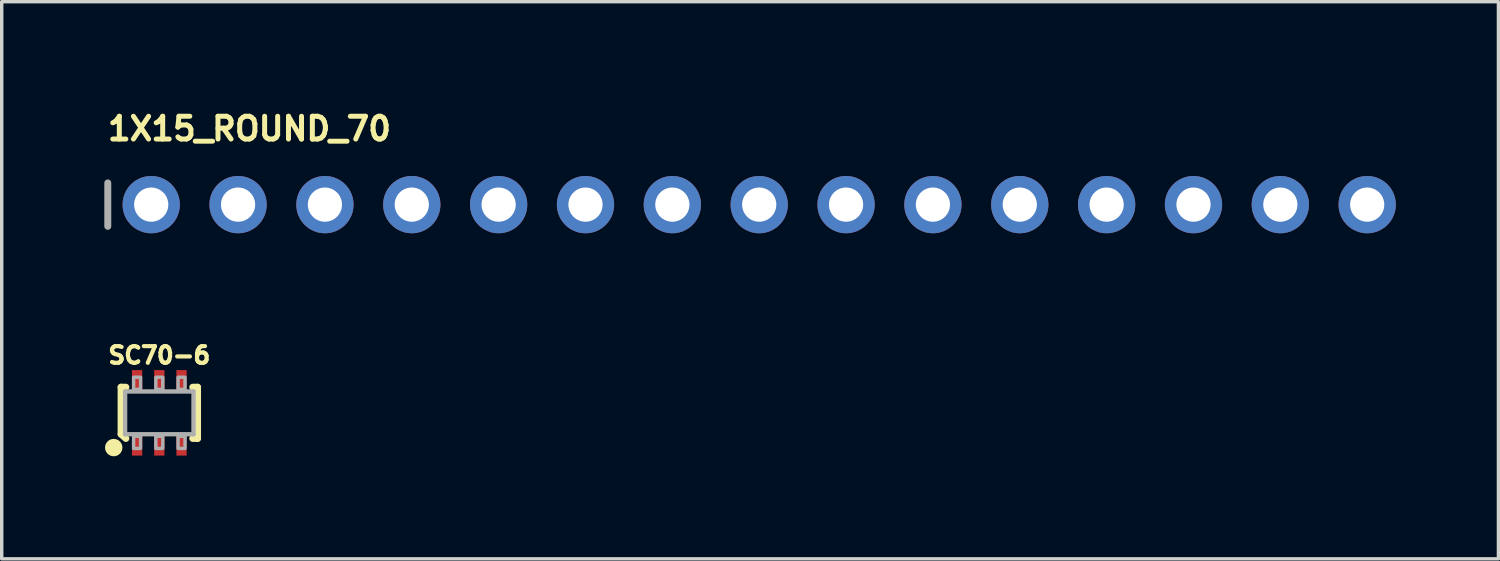
<source format=kicad_pcb>
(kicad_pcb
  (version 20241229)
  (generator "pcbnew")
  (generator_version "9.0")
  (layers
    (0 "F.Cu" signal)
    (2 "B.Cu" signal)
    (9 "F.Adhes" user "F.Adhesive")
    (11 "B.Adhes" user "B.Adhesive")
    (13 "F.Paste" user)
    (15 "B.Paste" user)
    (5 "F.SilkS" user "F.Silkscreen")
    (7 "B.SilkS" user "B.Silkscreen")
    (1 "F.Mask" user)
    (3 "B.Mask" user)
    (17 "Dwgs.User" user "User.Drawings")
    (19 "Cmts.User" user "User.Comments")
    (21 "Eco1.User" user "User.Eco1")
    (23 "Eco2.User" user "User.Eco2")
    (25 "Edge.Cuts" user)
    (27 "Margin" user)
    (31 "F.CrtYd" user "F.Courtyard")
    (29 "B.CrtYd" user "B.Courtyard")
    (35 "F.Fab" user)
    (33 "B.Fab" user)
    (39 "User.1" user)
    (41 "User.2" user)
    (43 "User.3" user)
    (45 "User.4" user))
  (footprint "1X15_ROUND_70"
    (layer "F.Cu")
    (at 19.152 2.934)
    (property "Reference" "1X15_ROUND_70" (at -19.126 -1.829 0) (layer "F.SilkS") (effects (font (size 0.666 0.666) (thickness 0.146)) (justify left bottom)))
    (fp_line (start -19.05 -0.635) (end -19.05 0.635) (stroke (width 0.203) (type solid)) (layer "F.Fab"))
    (fp_poly (pts (xy -18.034 0.254) (xy -17.526 0.254) (xy -17.526 -0.254) (xy -18.034 -0.254)) (stroke (width 0.1) (type solid)) (fill no) (layer "F.Fab"))
    (fp_poly (pts (xy -15.494 0.254) (xy -14.986 0.254) (xy -14.986 -0.254) (xy -15.494 -0.254)) (stroke (width 0.1) (type solid)) (fill no) (layer "F.Fab"))
    (fp_poly (pts (xy -12.954 0.254) (xy -12.446 0.254) (xy -12.446 -0.254) (xy -12.954 -0.254)) (stroke (width 0.1) (type solid)) (fill no) (layer "F.Fab"))
    (fp_poly (pts (xy -10.414 0.254) (xy -9.906 0.254) (xy -9.906 -0.254) (xy -10.414 -0.254)) (stroke (width 0.1) (type solid)) (fill no) (layer "F.Fab"))
    (fp_poly (pts (xy -7.874 0.254) (xy -7.366 0.254) (xy -7.366 -0.254) (xy -7.874 -0.254)) (stroke (width 0.1) (type solid)) (fill no) (layer "F.Fab"))
    (fp_poly (pts (xy -5.334 0.254) (xy -4.826 0.254) (xy -4.826 -0.254) (xy -5.334 -0.254)) (stroke (width 0.1) (type solid)) (fill no) (layer "F.Fab"))
    (fp_poly (pts (xy -2.794 0.254) (xy -2.286 0.254) (xy -2.286 -0.254) (xy -2.794 -0.254)) (stroke (width 0.1) (type solid)) (fill no) (layer "F.Fab"))
    (fp_poly (pts (xy -0.254 0.254) (xy 0.254 0.254) (xy 0.254 -0.254) (xy -0.254 -0.254)) (stroke (width 0.1) (type solid)) (fill no) (layer "F.Fab"))
    (fp_poly (pts (xy 2.286 0.254) (xy 2.794 0.254) (xy 2.794 -0.254) (xy 2.286 -0.254)) (stroke (width 0.1) (type solid)) (fill no) (layer "F.Fab"))
    (fp_poly (pts (xy 4.826 0.254) (xy 5.334 0.254) (xy 5.334 -0.254) (xy 4.826 -0.254)) (stroke (width 0.1) (type solid)) (fill no) (layer "F.Fab"))
    (fp_poly (pts (xy 7.366 0.254) (xy 7.874 0.254) (xy 7.874 -0.254) (xy 7.366 -0.254)) (stroke (width 0.1) (type solid)) (fill no) (layer "F.Fab"))
    (fp_poly (pts (xy 9.906 0.254) (xy 10.414 0.254) (xy 10.414 -0.254) (xy 9.906 -0.254)) (stroke (width 0.1) (type solid)) (fill no) (layer "F.Fab"))
    (fp_poly (pts (xy 12.446 0.254) (xy 12.954 0.254) (xy 12.954 -0.254) (xy 12.446 -0.254)) (stroke (width 0.1) (type solid)) (fill no) (layer "F.Fab"))
    (fp_poly (pts (xy 14.986 0.254) (xy 15.494 0.254) (xy 15.494 -0.254) (xy 14.986 -0.254)) (stroke (width 0.1) (type solid)) (fill no) (layer "F.Fab"))
    (fp_poly (pts (xy 17.526 0.254) (xy 18.034 0.254) (xy 18.034 -0.254) (xy 17.526 -0.254)) (stroke (width 0.1) (type solid)) (fill no) (layer "F.Fab"))
    (pad "1" thru_hole circle (at -17.78 0 90) (size 1.676 1.676) (drill 1) (layers "*.Cu" "*.Mask"))
    (pad "2" thru_hole circle (at -15.24 0 90) (size 1.676 1.676) (drill 1) (layers "*.Cu" "*.Mask"))
    (pad "3" thru_hole circle (at -12.7 0 90) (size 1.676 1.676) (drill 1) (layers "*.Cu" "*.Mask"))
    (pad "4" thru_hole circle (at -10.16 0 90) (size 1.676 1.676) (drill 1) (layers "*.Cu" "*.Mask"))
    (pad "5" thru_hole circle (at -7.62 0 90) (size 1.676 1.676) (drill 1) (layers "*.Cu" "*.Mask"))
    (pad "6" thru_hole circle (at -5.08 0 90) (size 1.676 1.676) (drill 1) (layers "*.Cu" "*.Mask"))
    (pad "7" thru_hole circle (at -2.54 0 90) (size 1.676 1.676) (drill 1) (layers "*.Cu" "*.Mask"))
    (pad "8" thru_hole circle (at 0 0 90) (size 1.676 1.676) (drill 1) (layers "*.Cu" "*.Mask"))
    (pad "9" thru_hole circle (at 2.54 0 90) (size 1.676 1.676) (drill 1) (layers "*.Cu" "*.Mask"))
    (pad "10" thru_hole circle (at 5.08 0 90) (size 1.676 1.676) (drill 1) (layers "*.Cu" "*.Mask"))
    (pad "11" thru_hole circle (at 7.62 0 90) (size 1.676 1.676) (drill 1) (layers "*.Cu" "*.Mask"))
    (pad "12" thru_hole circle (at 10.16 0 90) (size 1.676 1.676) (drill 1) (layers "*.Cu" "*.Mask"))
    (pad "13" thru_hole circle (at 12.7 0 90) (size 1.676 1.676) (drill 1) (layers "*.Cu" "*.Mask"))
    (pad "14" thru_hole circle (at 15.24 0 90) (size 1.676 1.676) (drill 1) (layers "*.Cu" "*.Mask"))
    (pad "15" thru_hole circle (at 17.78 0 90) (size 1.676 1.676) (drill 1) (layers "*.Cu" "*.Mask")))
  (footprint "SC70-6"
    (layer "F.Cu")
    (at 1.609 9.023)
    (property "Reference" "SC70-6" (at 0 -1.397 0) (layer "F.SilkS") (effects (font (size 0.488 0.488) (thickness 0.122)) (justify bottom)))
    (fp_line (start -1.118 -0.749) (end -1.118 0.622) (stroke (width 0.203) (type solid)) (layer "F.SilkS"))
    (fp_line (start -1.118 0.622) (end -0.978 0.749) (stroke (width 0.203) (type solid)) (layer "F.SilkS"))
    (fp_line (start -0.978 -0.749) (end -1.118 -0.749) (stroke (width 0.203) (type solid)) (layer "F.SilkS"))
    (fp_line (start 0.978 0.749) (end 1.118 0.749) (stroke (width 0.203) (type solid)) (layer "F.SilkS"))
    (fp_line (start 1.118 -0.749) (end 0.978 -0.749) (stroke (width 0.203) (type solid)) (layer "F.SilkS"))
    (fp_line (start 1.118 0.749) (end 1.118 -0.749) (stroke (width 0.203) (type solid)) (layer "F.SilkS"))
    (fp_circle (center -1.333 1.016) (end -1.206 1.016) (stroke (width 0.254) (type solid)) (fill yes) (layer "F.SilkS"))
    (fp_line (start -1 -0.625) (end -1 0.625) (stroke (width 0.127) (type solid)) (layer "F.Fab"))
    (fp_line (start -1 0.625) (end 1 0.625) (stroke (width 0.127) (type solid)) (layer "F.Fab"))
    (fp_line (start 1 -0.625) (end -1 -0.625) (stroke (width 0.127) (type solid)) (layer "F.Fab"))
    (fp_line (start 1 0.625) (end 1 -0.625) (stroke (width 0.127) (type solid)) (layer "F.Fab"))
    (fp_poly (pts (xy -0.752 -0.686) (xy -0.548 -0.686) (xy -0.548 -1.041) (xy -0.752 -1.041)) (stroke (width 0.1) (type solid)) (fill no) (layer "F.Fab"))
    (fp_poly (pts (xy -0.752 1.041) (xy -0.548 1.041) (xy -0.548 0.686) (xy -0.752 0.686)) (stroke (width 0.1) (type solid)) (fill no) (layer "F.Fab"))
    (fp_poly (pts (xy -0.102 -0.686) (xy 0.102 -0.686) (xy 0.102 -1.041) (xy -0.102 -1.041)) (stroke (width 0.1) (type solid)) (fill no) (layer "F.Fab"))
    (fp_poly (pts (xy -0.102 1.041) (xy 0.102 1.041) (xy 0.102 0.686) (xy -0.102 0.686)) (stroke (width 0.1) (type solid)) (fill no) (layer "F.Fab"))
    (fp_poly (pts (xy 0.548 -0.686) (xy 0.752 -0.686) (xy 0.752 -1.041) (xy 0.548 -1.041)) (stroke (width 0.1) (type solid)) (fill no) (layer "F.Fab"))
    (fp_poly (pts (xy 0.548 1.041) (xy 0.752 1.041) (xy 0.752 0.686) (xy 0.548 0.686)) (stroke (width 0.1) (type solid)) (fill no) (layer "F.Fab"))
    (pad "1" smd rect (at -0.65 0.92 180) (size 0.3 0.66) (layers "F.Cu" "F.Mask" "F.Paste"))
    (pad "2" smd rect (at 0 0.92 180) (size 0.3 0.66) (layers "F.Cu" "F.Mask" "F.Paste"))
    (pad "3" smd rect (at 0.65 0.92 180) (size 0.3 0.66) (layers "F.Cu" "F.Mask" "F.Paste"))
    (pad "4" smd rect (at 0.65 -0.92) (size 0.3 0.66) (layers "F.Cu" "F.Mask" "F.Paste"))
    (pad "5" smd rect (at 0 -0.92) (size 0.3 0.66) (layers "F.Cu" "F.Mask" "F.Paste"))
    (pad "6" smd rect (at -0.65 -0.92) (size 0.3 0.66) (layers "F.Cu" "F.Mask" "F.Paste")))
  (gr_rect
    (start -3 -3)
    (end 40.77 13.293)
    (stroke (width 0.1) (type default))
    (fill no)
    (layer "Edge.Cuts")))
</source>
